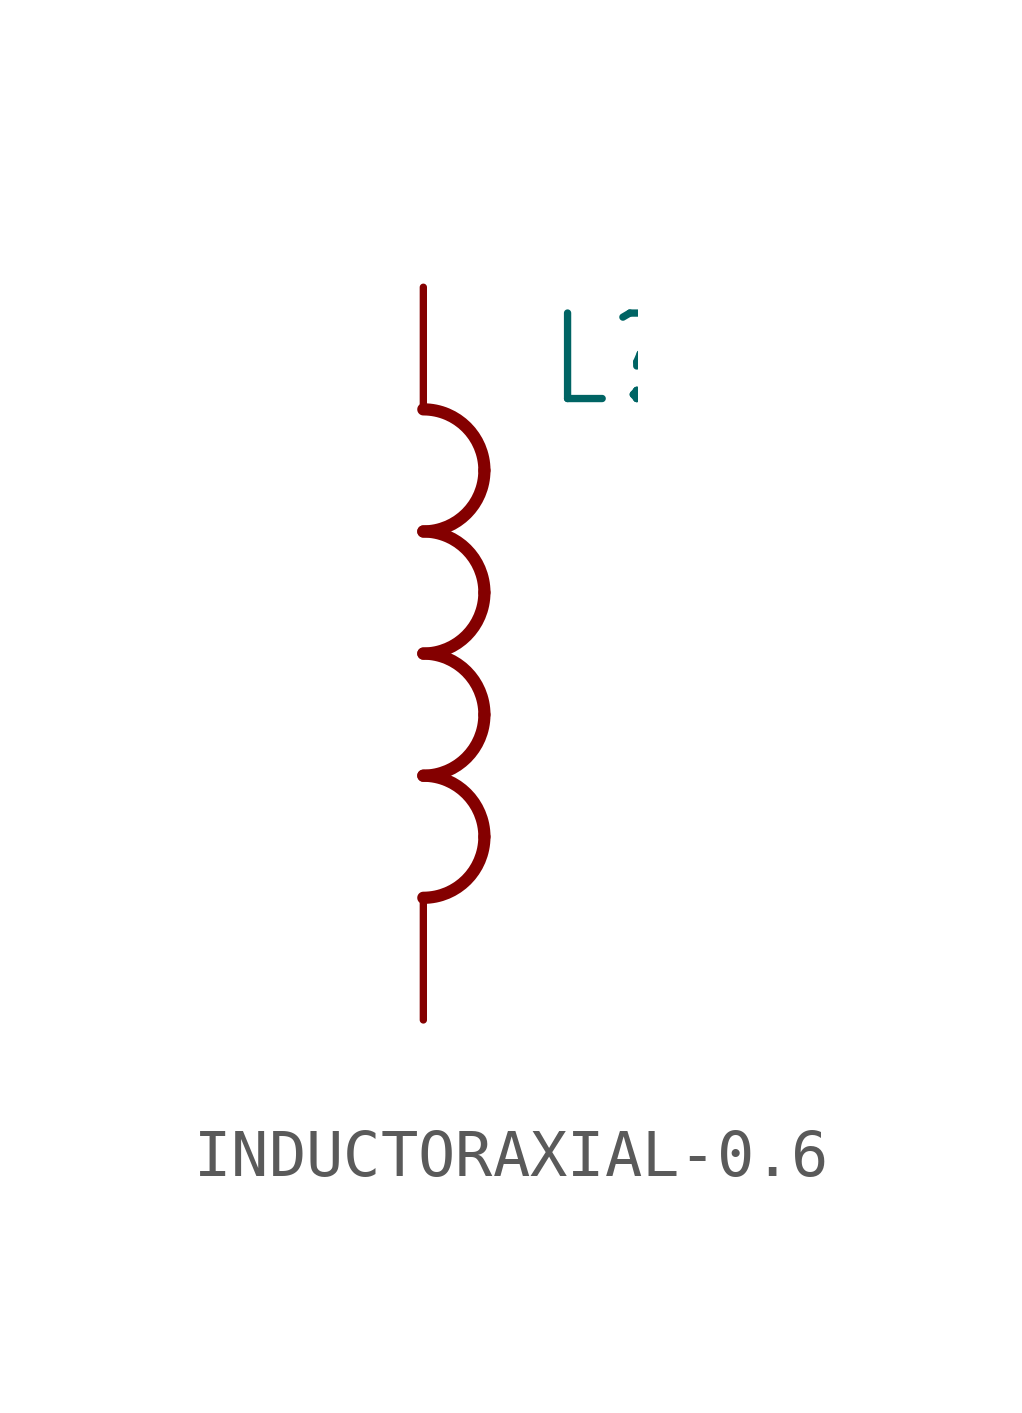
<source format=kicad_sym>
(kicad_symbol_lib
  (version 20220914)
  (generator kicad_symbol_editor)
  (symbol "INDUCTORAXIAL-0.6"
    (property "Reference" "L"
      (at 2.54 5.08 0)
      (effects (font (size 1.778 1.511)) (justify left bottom)))
    (property "Value" ""
      (at 2.54 -5.08 0)
      (effects (font (size 1.778 1.511)) (justify left bottom)))
    (property "ki_locked" ""
      (at 0 0 0)
      (effects (font (size 1.27 1.27))))
    (symbol "INDUCTORAXIAL-0.6_1_0"
      (arc (start 0 -5.08) (mid 0.898 -4.708) (end 1.27 -3.81) (stroke (width 0.254) (type solid)) (fill (type none)))
      (arc (start 0 -2.54) (mid 0.898 -2.168) (end 1.27 -1.27) (stroke (width 0.254) (type solid)) (fill (type none)))
      (arc (start 0 0) (mid 0.898 0.372) (end 1.27 1.27) (stroke (width 0.254) (type solid)) (fill (type none)))
      (arc (start 0 2.54) (mid 0.898 2.912) (end 1.27 3.81) (stroke (width 0.254) (type solid)) (fill (type none)))
      (arc (start 1.27 -3.81) (mid 0.898 -2.912) (end 0 -2.54) (stroke (width 0.254) (type solid)) (fill (type none)))
      (arc (start 1.27 -1.27) (mid 0.898 -0.372) (end 0 0) (stroke (width 0.254) (type solid)) (fill (type none)))
      (arc (start 1.27 1.27) (mid 0.898 2.168) (end 0 2.54) (stroke (width 0.254) (type solid)) (fill (type none)))
      (arc (start 1.27 3.81) (mid 0.898 4.708) (end 0 5.08) (stroke (width 0.254) (type solid)) (fill (type none)))
      (pin passive line (at 0 7.62 270) (length 2.54) (name "1" (effects (font (size 0 0)))) (number "P$1" (effects (font (size 0 0)))))
      (pin passive line (at 0 -7.62 90) (length 2.54) (name "2" (effects (font (size 0 0)))) (number "P$2" (effects (font (size 0 0))))))))
</source>
